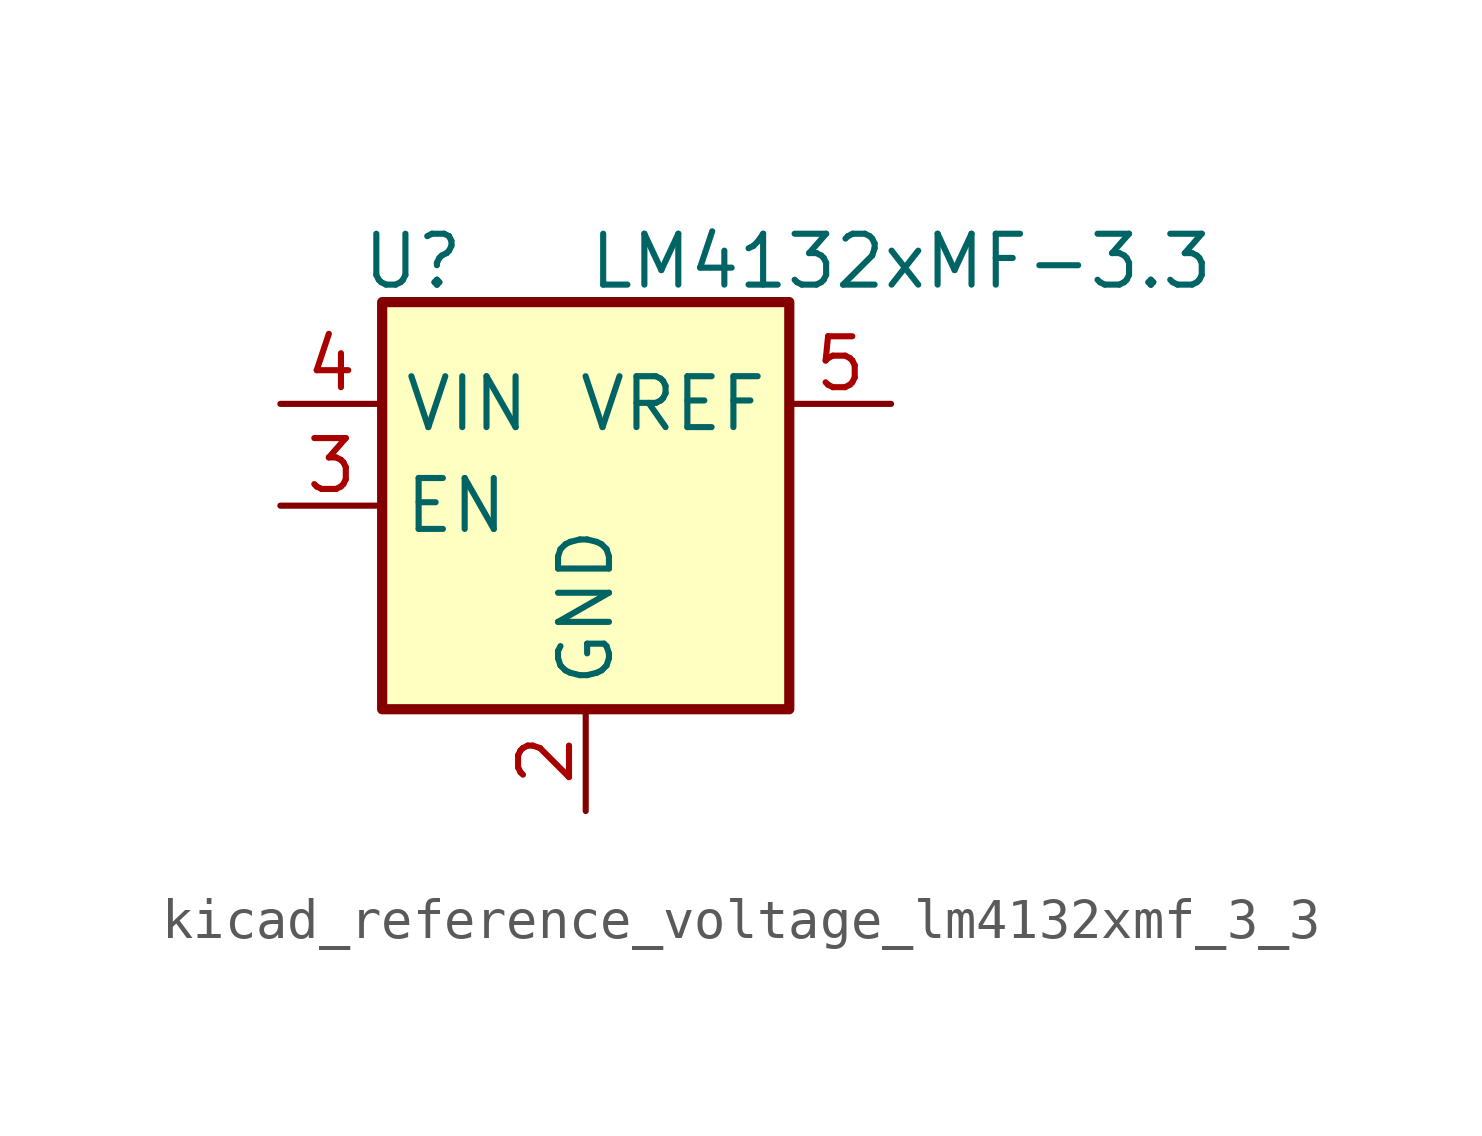
<source format=kicad_sym>
(kicad_symbol_lib
  (version 20220914)
  (generator kicad_symbol_editor)
  (symbol "kicad_reference_voltage_lm4132xmf_3_3"
    (property "Reference" "U"
      (at -4.318 6.096 0)
      (effects (font (size 1.27 1.27))))
    (property "Value" "LM4132xMF-3.3"
      (at 7.874 6.096 0)
      (effects (font (size 1.27 1.27))))
    (symbol "kicad_reference_voltage_lm4132xmf_3_3_0_1"
      (rectangle (start -5.08 5.08) (end 5.08 -5.08) (stroke (width 0.254) (type default)) (fill (type background))))
    (symbol "kicad_reference_voltage_lm4132xmf_3_3_1_1"
      (pin no_connect line (at 5.08 0 180) (length 2.54) hide (name "NC" (effects (font (size 1.27 1.27)))) (number "1" (effects (font (size 1.27 1.27)))))
      (pin power_in line (at 0 -7.62 90) (length 2.54) (name "GND" (effects (font (size 1.27 1.27)))) (number "2" (effects (font (size 1.27 1.27)))))
      (pin input line (at -7.62 0 0) (length 2.54) (name "EN" (effects (font (size 1.27 1.27)))) (number "3" (effects (font (size 1.27 1.27)))))
      (pin power_in line (at -7.62 2.54 0) (length 2.54) (name "VIN" (effects (font (size 1.27 1.27)))) (number "4" (effects (font (size 1.27 1.27)))))
      (pin power_out line (at 7.62 2.54 180) (length 2.54) (name "VREF" (effects (font (size 1.27 1.27)))) (number "5" (effects (font (size 1.27 1.27))))))))
</source>
